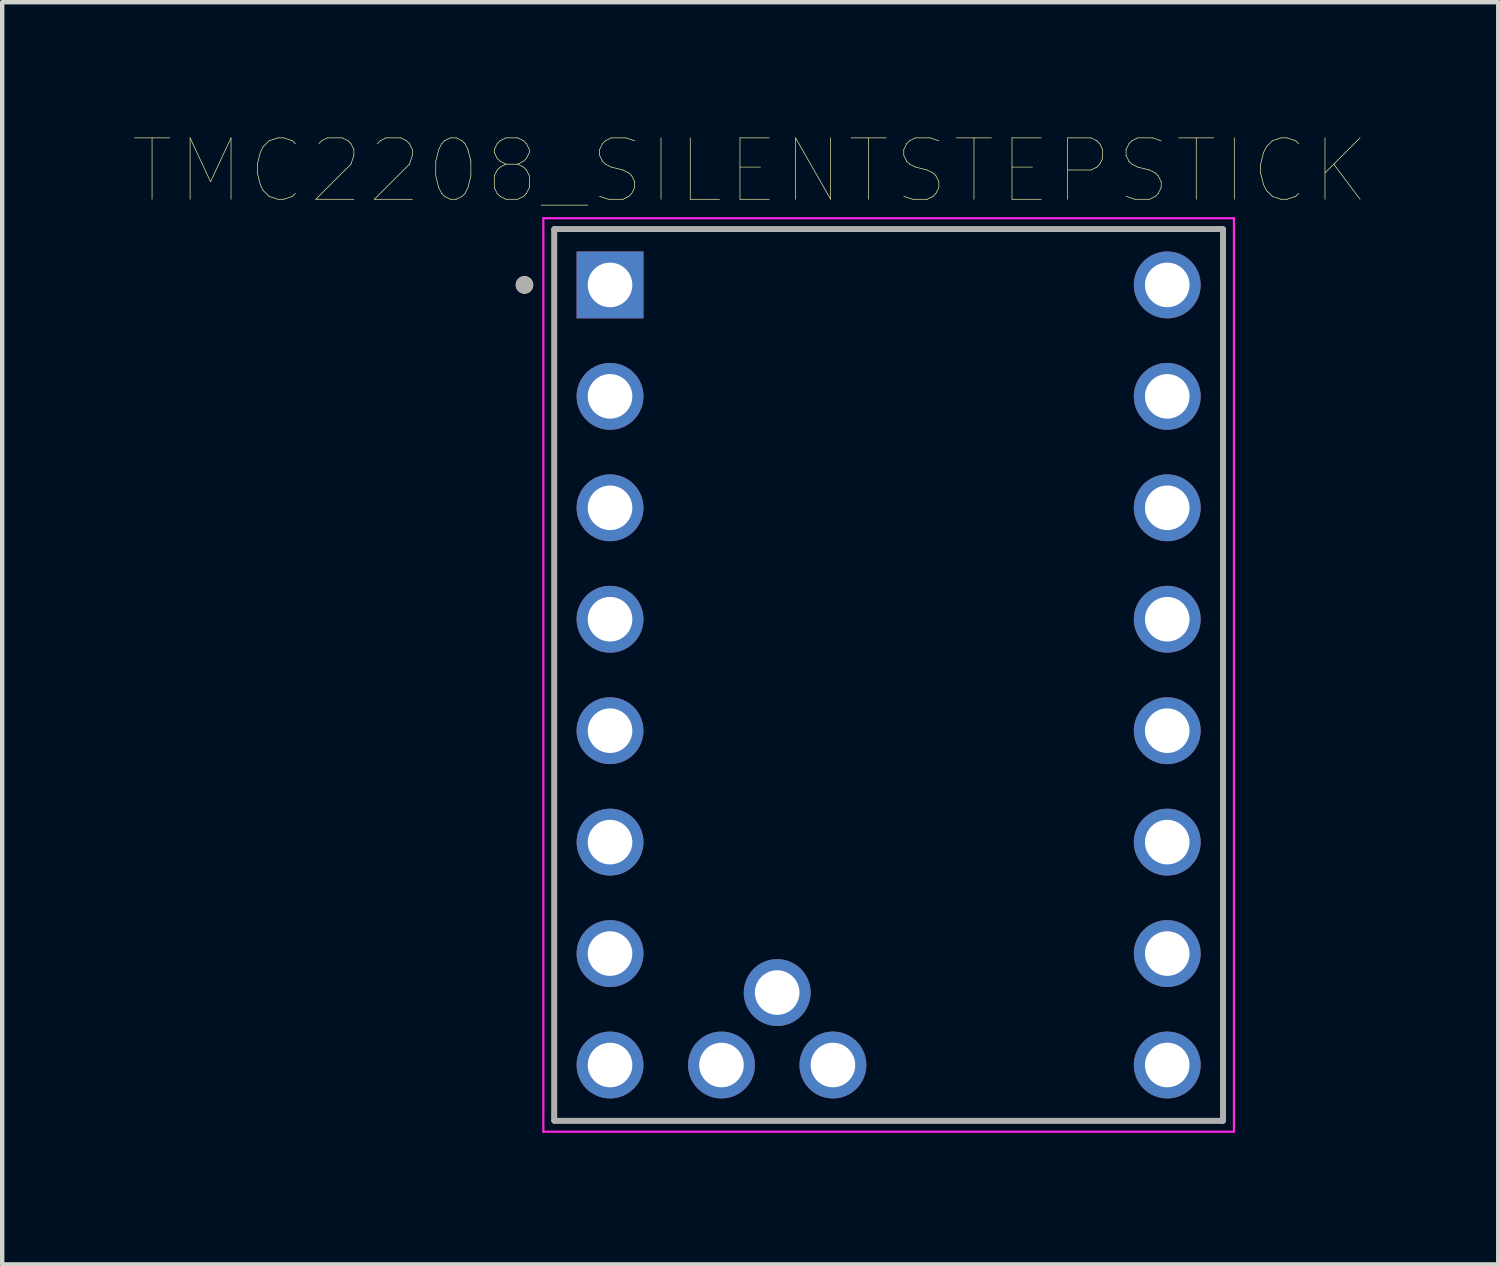
<source format=kicad_pcb>
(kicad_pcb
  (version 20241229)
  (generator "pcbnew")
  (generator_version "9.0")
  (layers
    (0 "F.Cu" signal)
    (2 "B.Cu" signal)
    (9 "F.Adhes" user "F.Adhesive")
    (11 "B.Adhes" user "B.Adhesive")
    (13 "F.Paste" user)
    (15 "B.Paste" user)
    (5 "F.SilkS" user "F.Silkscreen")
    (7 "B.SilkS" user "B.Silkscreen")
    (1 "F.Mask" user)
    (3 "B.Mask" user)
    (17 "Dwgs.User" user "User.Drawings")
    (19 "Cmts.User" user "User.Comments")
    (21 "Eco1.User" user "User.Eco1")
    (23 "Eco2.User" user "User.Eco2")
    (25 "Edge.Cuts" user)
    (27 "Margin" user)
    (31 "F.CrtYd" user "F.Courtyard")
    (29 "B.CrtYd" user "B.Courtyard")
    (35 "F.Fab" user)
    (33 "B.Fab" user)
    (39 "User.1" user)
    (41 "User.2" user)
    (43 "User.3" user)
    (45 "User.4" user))
  (footprint "TMC2208_SILENTSTEPSTICK"
    (layer "F.Cu")
    (at 17.204 12.334)
    (property "Reference" "TMC2208_SILENTSTEPSTICK" (at -3.155 -11.489 0) (layer "F.SilkS") (effects (font (size 1.4 1.4) (thickness 0.015))))
    (attr through_hole)
    (fp_line (start -7.62 -10.16) (end -7.62 10.16) (stroke (width 0.127) (type solid)) (layer "F.SilkS"))
    (fp_line (start -7.62 10.16) (end 7.62 10.16) (stroke (width 0.127) (type solid)) (layer "F.SilkS"))
    (fp_line (start 7.62 -10.16) (end -7.62 -10.16) (stroke (width 0.127) (type solid)) (layer "F.SilkS"))
    (fp_line (start 7.62 10.16) (end 7.62 -10.16) (stroke (width 0.127) (type solid)) (layer "F.SilkS"))
    (fp_circle (center -8.3 -8.89) (end -8.2 -8.89) (stroke (width 0.2) (type solid)) (fill no) (layer "F.SilkS"))
    (fp_line (start -7.87 -10.41) (end -7.87 10.41) (stroke (width 0.05) (type solid)) (layer "F.CrtYd"))
    (fp_line (start -7.87 -10.41) (end 7.87 -10.41) (stroke (width 0.05) (type solid)) (layer "F.CrtYd"))
    (fp_line (start -7.87 10.41) (end 7.87 10.41) (stroke (width 0.05) (type solid)) (layer "F.CrtYd"))
    (fp_line (start 7.87 -10.41) (end 7.87 10.41) (stroke (width 0.05) (type solid)) (layer "F.CrtYd"))
    (fp_line (start -7.62 -10.16) (end -7.62 10.16) (stroke (width 0.127) (type solid)) (layer "F.Fab"))
    (fp_line (start -7.62 10.16) (end 7.62 10.16) (stroke (width 0.127) (type solid)) (layer "F.Fab"))
    (fp_line (start 7.62 -10.16) (end -7.62 -10.16) (stroke (width 0.127) (type solid)) (layer "F.Fab"))
    (fp_line (start 7.62 10.16) (end 7.62 -10.16) (stroke (width 0.127) (type solid)) (layer "F.Fab"))
    (fp_circle (center -8.3 -8.89) (end -8.2 -8.89) (stroke (width 0.2) (type solid)) (fill no) (layer "F.Fab"))
    (pad "JP1_1" thru_hole rect (at -6.35 -8.89) (size 1.524 1.524) (drill 1.016) (layers "*.Cu" "*.Mask"))
    (pad "JP1_2" thru_hole circle (at -6.35 -6.35) (size 1.524 1.524) (drill 1.016) (layers "*.Cu" "*.Mask"))
    (pad "JP1_3" thru_hole circle (at -6.35 -3.81) (size 1.524 1.524) (drill 1.016) (layers "*.Cu" "*.Mask"))
    (pad "JP1_4" thru_hole circle (at -6.35 -1.27) (size 1.524 1.524) (drill 1.016) (layers "*.Cu" "*.Mask"))
    (pad "JP1_5" thru_hole circle (at -6.35 1.27) (size 1.524 1.524) (drill 1.016) (layers "*.Cu" "*.Mask"))
    (pad "JP1_6" thru_hole circle (at -6.35 3.81) (size 1.524 1.524) (drill 1.016) (layers "*.Cu" "*.Mask"))
    (pad "JP1_7" thru_hole circle (at -6.35 6.35) (size 1.524 1.524) (drill 1.016) (layers "*.Cu" "*.Mask"))
    (pad "JP1_8" thru_hole circle (at -6.35 8.89) (size 1.524 1.524) (drill 1.016) (layers "*.Cu" "*.Mask"))
    (pad "JP2_1" thru_hole circle (at 6.35 8.89) (size 1.524 1.524) (drill 1.016) (layers "*.Cu" "*.Mask"))
    (pad "JP2_2" thru_hole circle (at 6.35 6.35) (size 1.524 1.524) (drill 1.016) (layers "*.Cu" "*.Mask"))
    (pad "JP2_3" thru_hole circle (at 6.35 3.81) (size 1.524 1.524) (drill 1.016) (layers "*.Cu" "*.Mask"))
    (pad "JP2_4" thru_hole circle (at 6.35 1.27) (size 1.524 1.524) (drill 1.016) (layers "*.Cu" "*.Mask"))
    (pad "JP2_5" thru_hole circle (at 6.35 -1.27) (size 1.524 1.524) (drill 1.016) (layers "*.Cu" "*.Mask"))
    (pad "JP2_6" thru_hole circle (at 6.35 -3.81) (size 1.524 1.524) (drill 1.016) (layers "*.Cu" "*.Mask"))
    (pad "JP2_7" thru_hole circle (at 6.35 -6.35) (size 1.524 1.524) (drill 1.016) (layers "*.Cu" "*.Mask"))
    (pad "JP2_8" thru_hole circle (at 6.35 -8.89) (size 1.524 1.524) (drill 1.016) (layers "*.Cu" "*.Mask"))
    (pad "JP3_1" thru_hole circle (at -2.54 7.239) (size 1.524 1.524) (drill 1.016) (layers "*.Cu" "*.Mask"))
    (pad "JP4_1" thru_hole circle (at -1.27 8.89) (size 1.524 1.524) (drill 1.016) (layers "*.Cu" "*.Mask"))
    (pad "JP5_1" thru_hole circle (at -3.81 8.89) (size 1.524 1.524) (drill 1.016) (layers "*.Cu" "*.Mask")))
  (gr_rect
    (start -3 -3)
    (end 31.098 25.769)
    (stroke (width 0.1) (type default))
    (fill no)
    (layer "Edge.Cuts")))
</source>
